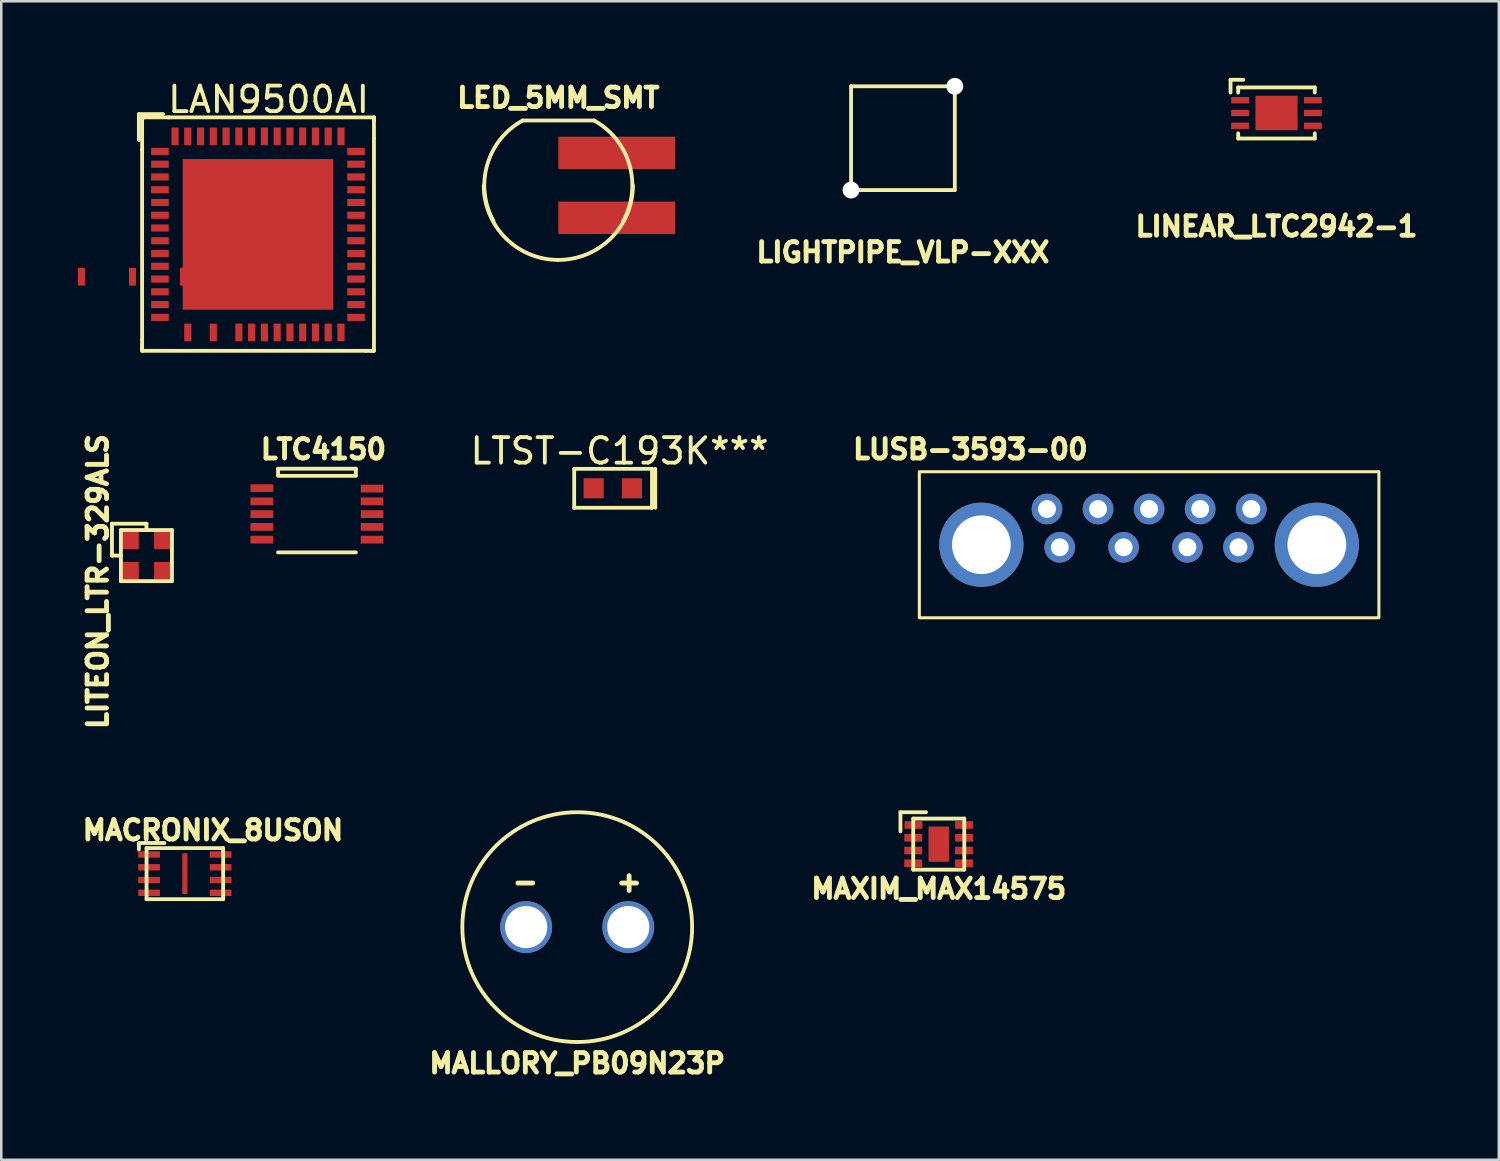
<source format=kicad_pcb>
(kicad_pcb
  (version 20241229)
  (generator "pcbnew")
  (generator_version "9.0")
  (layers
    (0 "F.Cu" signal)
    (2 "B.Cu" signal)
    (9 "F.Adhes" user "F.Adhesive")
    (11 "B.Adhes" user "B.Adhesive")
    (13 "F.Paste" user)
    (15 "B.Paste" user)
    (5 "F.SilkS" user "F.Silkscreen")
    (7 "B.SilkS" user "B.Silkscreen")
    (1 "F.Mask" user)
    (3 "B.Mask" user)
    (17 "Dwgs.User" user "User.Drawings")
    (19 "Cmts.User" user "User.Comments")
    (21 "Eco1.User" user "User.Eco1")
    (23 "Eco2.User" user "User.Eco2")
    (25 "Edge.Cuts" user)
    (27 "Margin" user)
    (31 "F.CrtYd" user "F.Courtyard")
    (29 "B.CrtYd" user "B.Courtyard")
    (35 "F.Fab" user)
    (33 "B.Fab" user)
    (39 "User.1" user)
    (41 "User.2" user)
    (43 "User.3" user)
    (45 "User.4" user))
  (footprint "MAXIM_MAX14575"
    (layer "F.Cu")
    (at 33.718 30.012)
    (property "Reference" "MAXIM_MAX14575" (at 0 1.75 0) (layer "F.SilkS") (effects (font (size 0.762 0.762) (thickness 0.191))))
    (attr through_hole)
    (fp_line (start -1.5 -1.25) (end -1.5 -0.5) (stroke (width 0.15) (type solid)) (layer "F.SilkS"))
    (fp_line (start -1 -1) (end -1 1) (stroke (width 0.15) (type solid)) (layer "F.SilkS"))
    (fp_line (start -1 1) (end 1 1) (stroke (width 0.15) (type solid)) (layer "F.SilkS"))
    (fp_line (start -0.5 -1.25) (end -1.5 -1.25) (stroke (width 0.15) (type solid)) (layer "F.SilkS"))
    (fp_line (start 1 -1) (end -1 -1) (stroke (width 0.15) (type solid)) (layer "F.SilkS"))
    (fp_line (start 1 1) (end 1 -1) (stroke (width 0.15) (type solid)) (layer "F.SilkS"))
    (pad "1" smd rect (at -0.99 -0.75) (size 0.7 0.3) (layers "F.Cu" "F.Mask" "F.Paste"))
    (pad "2" smd rect (at -1 -0.25) (size 0.7 0.3) (layers "F.Cu" "F.Mask" "F.Paste"))
    (pad "3" smd rect (at -1 0.25) (size 0.7 0.3) (layers "F.Cu" "F.Mask" "F.Paste"))
    (pad "4" smd rect (at -1 0.75) (size 0.7 0.3) (layers "F.Cu" "F.Mask" "F.Paste"))
    (pad "5" smd rect (at 0.99 0.75) (size 0.7 0.3) (layers "F.Cu" "F.Mask" "F.Paste"))
    (pad "6" smd rect (at 0.99 0.25) (size 0.7 0.3) (layers "F.Cu" "F.Mask" "F.Paste"))
    (pad "7" smd rect (at 0.99 -0.25) (size 0.7 0.3) (layers "F.Cu" "F.Mask" "F.Paste"))
    (pad "8" smd rect (at 0.99 -0.75) (size 0.7 0.3) (layers "F.Cu" "F.Mask" "F.Paste"))
    (pad "PAD" smd rect (at 0 0) (size 0.8 1.38) (layers "F.Cu" "F.Mask" "F.Paste")))
  (footprint "MALLORY_PB09N23P"
    (layer "F.Cu")
    (at 19.558 33.262)
    (property "Reference" "MALLORY_PB09N23P" (at 0 5.334 0) (layer "F.SilkS") (effects (font (size 0.762 0.762) (thickness 0.191))))
    (attr through_hole)
    (fp_circle (center 0 0) (end 4.5 0) (stroke (width 0.15) (type solid)) (fill no) (layer "F.SilkS"))
    (fp_text user "-" (at -2.032 -1.778 0) (layer "F.SilkS") (effects (font (size 0.762 0.762) (thickness 0.191))))
    (fp_text user "+" (at 2.032 -1.778 0) (layer "F.SilkS") (effects (font (size 0.762 0.762) (thickness 0.191))))
    (pad "1" thru_hole circle (at -2 0) (size 2.032 2.032) (drill 1.651) (layers "*.Cu" "*.Mask"))
    (pad "2" thru_hole circle (at 2 0) (size 2.032 2.032) (drill 1.651) (layers "*.Cu" "*.Mask")))
  (footprint "LTST-C193K***"
    (layer "F.Cu")
    (at 20.201 16.075)
    (property "Reference" "LTST-C193K***" (at 1.016 -1.46 0) (layer "F.SilkS") (effects (font (size 1 1) (thickness 0.15))))
    (attr through_hole)
    (fp_line (start -0.762 -0.762) (end -0.762 0.762) (stroke (width 0.15) (type solid)) (layer "F.SilkS"))
    (fp_line (start -0.762 0.762) (end 2.286 0.762) (stroke (width 0.15) (type solid)) (layer "F.SilkS"))
    (fp_line (start 2.286 -0.762) (end -0.762 -0.762) (stroke (width 0.15) (type solid)) (layer "F.SilkS"))
    (fp_line (start 2.286 0.762) (end 2.286 -0.762) (stroke (width 0.15) (type solid)) (layer "F.SilkS"))
    (fp_line (start 2.413 -0.762) (end 2.413 0.762) (stroke (width 0.15) (type solid)) (layer "F.SilkS"))
    (pad "1" smd rect (at 0 0) (size 0.787 0.787) (layers "F.Cu" "F.Mask" "F.Paste"))
    (pad "2" smd rect (at 1.499 0) (size 0.787 0.787) (layers "F.Cu" "F.Mask" "F.Paste")))
  (footprint "LED_5MM_SMT"
    (layer "F.Cu")
    (at 18.818 4.209)
    (property "Reference" "LED_5MM_SMT" (at 0 -3.429 0) (layer "F.SilkS") (effects (font (size 0.762 0.762) (thickness 0.191))))
    (attr through_hole)
    (fp_line (start 1.397 -2.54) (end -1.397 -2.54) (stroke (width 0.15) (type solid)) (layer "F.SilkS"))
    (fp_arc (start -2.54 1.397) (mid -2.783879 -0.808223) (end -1.397 -2.54) (stroke (width 0.15) (type solid)) (layer "F.SilkS"))
    (fp_arc (start 0 2.921) (mid -2.065459 2.065459) (end -2.921 0) (stroke (width 0.15) (type solid)) (layer "F.SilkS"))
    (fp_arc (start 1.397 -2.54) (mid 2.783879 -0.808223) (end 2.54 1.397) (stroke (width 0.15) (type solid)) (layer "F.SilkS"))
    (fp_arc (start 2.921 0) (mid 2.065459 2.065459) (end 0 2.921) (stroke (width 0.15) (type solid)) (layer "F.SilkS"))
    (pad "1" smd rect (at 2.286 1.27) (size 4.572 1.27) (layers "F.Cu" "F.Mask" "F.Paste"))
    (pad "2" smd rect (at 2.286 -1.27) (size 4.572 1.27) (layers "F.Cu" "F.Mask" "F.Paste")))
  (footprint "MACRONIX_8USON"
    (layer "F.Cu")
    (at 4.19 31.168)
    (property "Reference" "MACRONIX_8USON" (at 1.1 -1.7 0) (layer "F.SilkS") (effects (font (size 0.762 0.762) (thickness 0.191))))
    (attr through_hole)
    (fp_line (start -1.8 -1.2) (end -0.8 -1.2) (stroke (width 0.15) (type solid)) (layer "F.SilkS"))
    (fp_line (start -1.8 -0.95) (end -1.8 -1.2) (stroke (width 0.15) (type solid)) (layer "F.SilkS"))
    (fp_line (start -1.5 -1) (end -1.5 1) (stroke (width 0.15) (type solid)) (layer "F.SilkS"))
    (fp_line (start -1.5 -1) (end 1.5 -1) (stroke (width 0.15) (type solid)) (layer "F.SilkS"))
    (fp_line (start -1.5 1) (end 1.5 1) (stroke (width 0.15) (type solid)) (layer "F.SilkS"))
    (fp_line (start 1.5 -1) (end 1.5 1) (stroke (width 0.15) (type solid)) (layer "F.SilkS"))
    (pad "1" smd rect (at -1.4 -0.75) (size 0.85 0.25) (layers "F.Cu" "F.Mask" "F.Paste"))
    (pad "2" smd rect (at -1.4 -0.25) (size 0.85 0.25) (layers "F.Cu" "F.Mask" "F.Paste"))
    (pad "3" smd rect (at -1.4 0.25) (size 0.85 0.25) (layers "F.Cu" "F.Mask" "F.Paste"))
    (pad "4" smd rect (at -1.4 0.75) (size 0.85 0.25) (layers "F.Cu" "F.Mask" "F.Paste"))
    (pad "5" smd rect (at 1.4 0.75) (size 0.85 0.25) (layers "F.Cu" "F.Mask" "F.Paste"))
    (pad "6" smd rect (at 1.4 0.25) (size 0.85 0.25) (layers "F.Cu" "F.Mask" "F.Paste"))
    (pad "7" smd rect (at 1.4 -0.25) (size 0.85 0.25) (layers "F.Cu" "F.Mask" "F.Paste"))
    (pad "8" smd rect (at 1.4 -0.75) (size 0.85 0.25) (layers "F.Cu" "F.Mask" "F.Paste"))
    (pad "PAD" smd rect (at 0 0) (size 0.2 1.6) (layers "F.Cu" "F.Mask" "F.Paste")))
  (footprint "LTC4150"
    (layer "F.Cu")
    (at 9.364 17.086)
    (property "Reference" "LTC4150" (at 0.254 -2.54 0) (layer "F.SilkS") (effects (font (size 0.762 0.762) (thickness 0.191))))
    (attr through_hole)
    (fp_line (start -1.524 -1.778) (end 1.524 -1.778) (stroke (width 0.15) (type solid)) (layer "F.SilkS"))
    (fp_line (start -1.524 -1.524) (end -1.524 -1.778) (stroke (width 0.15) (type solid)) (layer "F.SilkS"))
    (fp_line (start -1.524 -1.499) (end 1.524 -1.499) (stroke (width 0.15) (type solid)) (layer "F.SilkS"))
    (fp_line (start -1.524 1.499) (end 1.524 1.499) (stroke (width 0.15) (type solid)) (layer "F.SilkS"))
    (fp_line (start 1.524 -1.778) (end 1.524 -1.524) (stroke (width 0.15) (type solid)) (layer "F.SilkS"))
    (pad "1" smd rect (at -2.159 -1.016) (size 0.889 0.305) (layers "F.Cu" "F.Mask" "F.Paste"))
    (pad "2" smd rect (at -2.159 -0.5) (size 0.889 0.305) (layers "F.Cu" "F.Mask" "F.Paste"))
    (pad "3" smd rect (at -2.159 0) (size 0.889 0.305) (layers "F.Cu" "F.Mask" "F.Paste"))
    (pad "4" smd rect (at -2.159 0.5) (size 0.889 0.305) (layers "F.Cu" "F.Mask" "F.Paste"))
    (pad "5" smd rect (at -2.159 1) (size 0.889 0.305) (layers "F.Cu" "F.Mask" "F.Paste"))
    (pad "6" smd rect (at 2.159 1) (size 0.889 0.305) (layers "F.Cu" "F.Mask" "F.Paste"))
    (pad "7" smd rect (at 2.159 0.5) (size 0.889 0.305) (layers "F.Cu" "F.Mask" "F.Paste"))
    (pad "8" smd rect (at 2.159 0) (size 0.889 0.305) (layers "F.Cu" "F.Mask" "F.Paste"))
    (pad "9" smd rect (at 2.159 -0.5) (size 0.889 0.305) (layers "F.Cu" "F.Mask" "F.Paste"))
    (pad "10" smd rect (at 2.159 -1) (size 0.889 0.305) (layers "F.Cu" "F.Mask" "F.Paste")))
  (footprint "LITEON_LTR-329ALS"
    (layer "F.Cu")
    (at 2.685 18.711)
    (property "Reference" "LITEON_LTR-329ALS" (at -1.905 1.016 90) (layer "F.SilkS") (effects (font (size 0.762 0.762) (thickness 0.191))))
    (attr through_hole)
    (fp_line (start -1.35 -1.25) (end -1.35 0) (stroke (width 0.15) (type solid)) (layer "F.SilkS"))
    (fp_line (start -1.35 0) (end -1 0) (stroke (width 0.15) (type solid)) (layer "F.SilkS"))
    (fp_line (start -1 -1) (end -1 1) (stroke (width 0.15) (type solid)) (layer "F.SilkS"))
    (fp_line (start -1 1) (end 1 1) (stroke (width 0.15) (type solid)) (layer "F.SilkS"))
    (fp_line (start 0 -1.25) (end -1.35 -1.25) (stroke (width 0.15) (type solid)) (layer "F.SilkS"))
    (fp_line (start 0 -1) (end 0 -1.25) (stroke (width 0.15) (type solid)) (layer "F.SilkS"))
    (fp_line (start 1 -1) (end -1 -1) (stroke (width 0.15) (type solid)) (layer "F.SilkS"))
    (fp_line (start 1 1) (end 1 -1) (stroke (width 0.15) (type solid)) (layer "F.SilkS"))
    (pad "1" smd rect (at -0.675 -0.6) (size 0.75 0.7) (layers "F.Cu" "F.Mask"))
    (pad "2" smd rect (at -0.675 0.6) (size 0.75 0.7) (layers "F.Cu" "F.Mask"))
    (pad "3" smd rect (at 0.675 0.6) (size 0.75 0.7) (layers "F.Cu" "F.Mask"))
    (pad "4" smd rect (at 0.675 -0.6) (size 0.75 0.7) (layers "F.Cu" "F.Mask")))
  (footprint "LAN9500AI"
    (layer "F.Cu")
    (at 3.215 2.88)
    (property "Reference" "LAN9500AI" (at 4.255 -2.032 0) (layer "F.SilkS") (effects (font (size 1 1) (thickness 0.15))))
    (attr through_hole)
    (fp_line (start -0.826 -1.46) (end 0.127 -1.46) (stroke (width 0.15) (type solid)) (layer "F.SilkS"))
    (fp_line (start -0.826 -0.445) (end -0.826 -1.46) (stroke (width 0.15) (type solid)) (layer "F.SilkS"))
    (fp_line (start -0.699 -1.333) (end -0.699 -0.064) (stroke (width 0.15) (type solid)) (layer "F.SilkS"))
    (fp_line (start -0.699 -0.064) (end -0.699 7.366) (stroke (width 0.15) (type solid)) (layer "F.SilkS"))
    (fp_line (start -0.699 7.366) (end -0.699 7.556) (stroke (width 0.15) (type solid)) (layer "F.SilkS"))
    (fp_line (start -0.699 7.556) (end -0.699 7.62) (stroke (width 0.15) (type solid)) (layer "F.SilkS"))
    (fp_line (start -0.699 7.62) (end -0.699 7.684) (stroke (width 0.15) (type solid)) (layer "F.SilkS"))
    (fp_line (start -0.699 7.684) (end -0.699 7.747) (stroke (width 0.15) (type solid)) (layer "F.SilkS"))
    (fp_line (start -0.699 7.747) (end -0.699 7.811) (stroke (width 0.15) (type solid)) (layer "F.SilkS"))
    (fp_line (start -0.699 7.811) (end 8.065 7.811) (stroke (width 0.15) (type solid)) (layer "F.SilkS"))
    (fp_line (start -0.635 -1.333) (end -0.699 -1.333) (stroke (width 0.15) (type solid)) (layer "F.SilkS"))
    (fp_line (start 0.381 -1.333) (end -0.635 -1.333) (stroke (width 0.15) (type solid)) (layer "F.SilkS"))
    (fp_line (start 8.065 7.811) (end 8.255 7.811) (stroke (width 0.15) (type solid)) (layer "F.SilkS"))
    (fp_line (start 8.255 7.811) (end 8.319 7.811) (stroke (width 0.15) (type solid)) (layer "F.SilkS"))
    (fp_line (start 8.319 7.811) (end 8.382 7.811) (stroke (width 0.15) (type solid)) (layer "F.SilkS"))
    (fp_line (start 8.382 -1.333) (end 0.318 -1.333) (stroke (width 0.15) (type solid)) (layer "F.SilkS"))
    (fp_line (start 8.382 -1.27) (end 8.382 -1.333) (stroke (width 0.15) (type solid)) (layer "F.SilkS"))
    (fp_line (start 8.382 -1.206) (end 8.382 -1.27) (stroke (width 0.15) (type solid)) (layer "F.SilkS"))
    (fp_line (start 8.382 -0.508) (end 8.382 -1.206) (stroke (width 0.15) (type solid)) (layer "F.SilkS"))
    (fp_line (start 8.382 7.811) (end 8.382 -0.508) (stroke (width 0.15) (type solid)) (layer "F.SilkS"))
    (pad "1" smd rect (at 0 0) (size 0.69 0.28) (layers "F.Cu" "F.Mask" "F.Paste"))
    (pad "2" smd rect (at 0 0.5) (size 0.69 0.28) (layers "F.Cu" "F.Mask" "F.Paste"))
    (pad "3" smd rect (at 0 1) (size 0.69 0.28) (layers "F.Cu" "F.Mask" "F.Paste"))
    (pad "4" smd rect (at 0 1.5) (size 0.69 0.28) (layers "F.Cu" "F.Mask" "F.Paste"))
    (pad "5" smd rect (at 0 2) (size 0.69 0.28) (layers "F.Cu" "F.Mask" "F.Paste"))
    (pad "6" smd rect (at 0 2.5) (size 0.69 0.28) (layers "F.Cu" "F.Mask" "F.Paste"))
    (pad "7" smd rect (at 0 3) (size 0.69 0.28) (layers "F.Cu" "F.Mask" "F.Paste"))
    (pad "8" smd rect (at 0 3.5) (size 0.69 0.28) (layers "F.Cu" "F.Mask" "F.Paste"))
    (pad "9" smd rect (at 0 4) (size 0.69 0.28) (layers "F.Cu" "F.Mask" "F.Paste"))
    (pad "10" smd rect (at 0 4.5) (size 0.69 0.28) (layers "F.Cu" "F.Mask" "F.Paste"))
    (pad "11" smd rect (at 0 5) (size 0.69 0.28) (layers "F.Cu" "F.Mask" "F.Paste"))
    (pad "12" smd rect (at 0 5.5) (size 0.69 0.28) (layers "F.Cu" "F.Mask" "F.Paste"))
    (pad "13" smd rect (at 0 6) (size 0.69 0.28) (layers "F.Cu" "F.Mask" "F.Paste"))
    (pad "14" smd rect (at 0 6.5) (size 0.69 0.28) (layers "F.Cu" "F.Mask" "F.Paste"))
    (pad "15" smd rect (at -3.075 4.909) (size 0.28 0.69) (layers "F.Cu" "F.Mask" "F.Paste"))
    (pad "16" smd rect (at 1.09 7.09) (size 0.28 0.69) (layers "F.Cu" "F.Mask" "F.Paste"))
    (pad "17" smd rect (at -1.075 4.909) (size 0.28 0.69) (layers "F.Cu" "F.Mask" "F.Paste"))
    (pad "18" smd rect (at 2.09 7.09) (size 0.28 0.69) (layers "F.Cu" "F.Mask" "F.Paste"))
    (pad "19" smd rect (at 0.925 4.909) (size 0.28 0.69) (layers "F.Cu" "F.Mask" "F.Paste"))
    (pad "20" smd rect (at 3.09 7.09) (size 0.28 0.69) (layers "F.Cu" "F.Mask" "F.Paste"))
    (pad "21" smd rect (at 3.59 7.09) (size 0.28 0.69) (layers "F.Cu" "F.Mask" "F.Paste"))
    (pad "22" smd rect (at 4.09 7.09) (size 0.28 0.69) (layers "F.Cu" "F.Mask" "F.Paste"))
    (pad "23" smd rect (at 4.59 7.09) (size 0.28 0.69) (layers "F.Cu" "F.Mask" "F.Paste"))
    (pad "24" smd rect (at 5.09 7.09) (size 0.28 0.69) (layers "F.Cu" "F.Mask" "F.Paste"))
    (pad "25" smd rect (at 5.59 7.09) (size 0.28 0.69) (layers "F.Cu" "F.Mask" "F.Paste"))
    (pad "26" smd rect (at 6.09 7.09) (size 0.28 0.69) (layers "F.Cu" "F.Mask" "F.Paste"))
    (pad "27" smd rect (at 6.59 7.09) (size 0.28 0.69) (layers "F.Cu" "F.Mask" "F.Paste"))
    (pad "28" smd rect (at 7.09 7.09) (size 0.28 0.69) (layers "F.Cu" "F.Mask" "F.Paste"))
    (pad "29" smd rect (at 7.68 6.5) (size 0.69 0.28) (layers "F.Cu" "F.Mask" "F.Paste"))
    (pad "30" smd rect (at 7.68 6) (size 0.69 0.28) (layers "F.Cu" "F.Mask" "F.Paste"))
    (pad "31" smd rect (at 7.68 5.5) (size 0.69 0.28) (layers "F.Cu" "F.Mask" "F.Paste"))
    (pad "32" smd rect (at 7.68 5) (size 0.69 0.28) (layers "F.Cu" "F.Mask" "F.Paste"))
    (pad "33" smd rect (at 7.68 4.5) (size 0.69 0.28) (layers "F.Cu" "F.Mask" "F.Paste"))
    (pad "34" smd rect (at 7.68 4) (size 0.69 0.28) (layers "F.Cu" "F.Mask" "F.Paste"))
    (pad "35" smd rect (at 7.68 3.5) (size 0.69 0.28) (layers "F.Cu" "F.Mask" "F.Paste"))
    (pad "36" smd rect (at 7.68 3) (size 0.69 0.28) (layers "F.Cu" "F.Mask" "F.Paste"))
    (pad "37" smd rect (at 7.68 2.5) (size 0.69 0.28) (layers "F.Cu" "F.Mask" "F.Paste"))
    (pad "38" smd rect (at 7.68 2) (size 0.69 0.28) (layers "F.Cu" "F.Mask" "F.Paste"))
    (pad "39" smd rect (at 7.68 1.5) (size 0.69 0.28) (layers "F.Cu" "F.Mask" "F.Paste"))
    (pad "40" smd rect (at 7.68 1) (size 0.69 0.28) (layers "F.Cu" "F.Mask" "F.Paste"))
    (pad "41" smd rect (at 7.68 0.5) (size 0.69 0.28) (layers "F.Cu" "F.Mask" "F.Paste"))
    (pad "42" smd rect (at 7.68 0) (size 0.69 0.28) (layers "F.Cu" "F.Mask" "F.Paste"))
    (pad "43" smd rect (at 7.09 -0.59) (size 0.28 0.69) (layers "F.Cu" "F.Mask" "F.Paste"))
    (pad "44" smd rect (at 6.59 -0.59) (size 0.28 0.69) (layers "F.Cu" "F.Mask" "F.Paste"))
    (pad "45" smd rect (at 6.09 -0.59) (size 0.28 0.69) (layers "F.Cu" "F.Mask" "F.Paste"))
    (pad "46" smd rect (at 5.59 -0.59) (size 0.28 0.69) (layers "F.Cu" "F.Mask" "F.Paste"))
    (pad "47" smd rect (at 5.09 -0.59) (size 0.28 0.69) (layers "F.Cu" "F.Mask" "F.Paste"))
    (pad "48" smd rect (at 4.59 -0.59) (size 0.28 0.69) (layers "F.Cu" "F.Mask" "F.Paste"))
    (pad "49" smd rect (at 4.09 -0.59) (size 0.28 0.69) (layers "F.Cu" "F.Mask" "F.Paste"))
    (pad "50" smd rect (at 3.59 -0.59) (size 0.28 0.69) (layers "F.Cu" "F.Mask" "F.Paste"))
    (pad "51" smd rect (at 3.09 -0.59) (size 0.28 0.69) (layers "F.Cu" "F.Mask" "F.Paste"))
    (pad "52" smd rect (at 2.59 -0.59) (size 0.28 0.69) (layers "F.Cu" "F.Mask" "F.Paste"))
    (pad "53" smd rect (at 2.09 -0.59) (size 0.28 0.69) (layers "F.Cu" "F.Mask" "F.Paste"))
    (pad "54" smd rect (at 1.59 -0.59) (size 0.28 0.69) (layers "F.Cu" "F.Mask" "F.Paste"))
    (pad "55" smd rect (at 1.09 -0.59) (size 0.28 0.69) (layers "F.Cu" "F.Mask" "F.Paste"))
    (pad "56" smd rect (at 0.59 -0.59) (size 0.28 0.69) (layers "F.Cu" "F.Mask" "F.Paste"))
    (pad "PAD" smd rect (at 3.84 3.25) (size 5.9 5.9) (layers "F.Cu" "F.Mask" "F.Paste")))
  (footprint "LIGHTPIPE_VLP-XXX"
    (layer "F.Cu")
    (at 32.315 2.362)
    (property "Reference" "LIGHTPIPE_VLP-XXX" (at 0 4.47 0) (layer "F.SilkS") (effects (font (size 0.762 0.762) (thickness 0.191))))
    (attr through_hole)
    (fp_line (start -2.032 -2.032) (end 2.032 -2.032) (stroke (width 0.15) (type solid)) (layer "F.SilkS"))
    (fp_line (start -2.032 2.032) (end -2.032 -2.032) (stroke (width 0.15) (type solid)) (layer "F.SilkS"))
    (fp_line (start 2.032 -2.032) (end 2.032 2.032) (stroke (width 0.15) (type solid)) (layer "F.SilkS"))
    (fp_line (start 2.032 2.032) (end -2.032 2.032) (stroke (width 0.15) (type solid)) (layer "F.SilkS"))
    (pad "" np_thru_hole circle (at -2.032 2.032) (size 0.66 0.66) (drill 0.66) (layers "*.Cu" "*.Mask"))
    (pad "" np_thru_hole circle (at 2.032 -2.032) (size 0.66 0.66) (drill 0.66) (layers "*.Cu" "*.Mask")))
  (footprint "LINEAR_LTC2942-1"
    (layer "F.Cu")
    (at 46.946 1.375)
    (property "Reference" "LINEAR_LTC2942-1" (at 0 4.445 0) (layer "F.SilkS") (effects (font (size 0.762 0.762) (thickness 0.191))))
    (attr through_hole)
    (fp_line (start -1.8 -1.3) (end -1.3 -1.3) (stroke (width 0.15) (type solid)) (layer "F.SilkS"))
    (fp_line (start -1.8 -0.8) (end -1.8 -1.3) (stroke (width 0.15) (type solid)) (layer "F.SilkS"))
    (fp_line (start -1.5 -1) (end -1.5 -0.8) (stroke (width 0.15) (type solid)) (layer "F.SilkS"))
    (fp_line (start -1.5 -1) (end 1.5 -1) (stroke (width 0.15) (type solid)) (layer "F.SilkS"))
    (fp_line (start -1.5 1) (end -1.5 0.8) (stroke (width 0.15) (type solid)) (layer "F.SilkS"))
    (fp_line (start -1.5 1) (end 1.5 1) (stroke (width 0.15) (type solid)) (layer "F.SilkS"))
    (fp_line (start 1.5 -1) (end 1.5 -0.8) (stroke (width 0.15) (type solid)) (layer "F.SilkS"))
    (fp_line (start 1.5 1) (end 1.5 0.8) (stroke (width 0.15) (type solid)) (layer "F.SilkS"))
    (pad "1" smd rect (at -1.425 -0.5) (size 0.7 0.25) (layers "F.Cu" "F.Mask" "F.Paste"))
    (pad "2" smd rect (at -1.425 0) (size 0.7 0.25) (layers "F.Cu" "F.Mask" "F.Paste"))
    (pad "3" smd rect (at -1.425 0.5) (size 0.7 0.25) (layers "F.Cu" "F.Mask" "F.Paste"))
    (pad "4" smd rect (at 1.425 0.5) (size 0.7 0.25) (layers "F.Cu" "F.Mask" "F.Paste"))
    (pad "5" smd rect (at 1.425 0) (size 0.7 0.25) (layers "F.Cu" "F.Mask" "F.Paste"))
    (pad "6" smd rect (at 1.425 -0.5) (size 0.7 0.25) (layers "F.Cu" "F.Mask" "F.Paste"))
    (pad "PAD" smd rect (at 0 0) (size 1.65 1.35) (layers "F.Cu" "F.Mask" "F.Paste")))
  (footprint "LUSB-3593-00"
    (layer "F.Cu")
    (at 41.957 16.886)
    (property "Reference" "LUSB-3593-00" (at -7 -2.34 0) (unlocked yes) (layer "F.SilkS") (effects (font (size 0.762 0.762) (thickness 0.191))))
    (attr through_hole)
    (fp_rect (start -9 -1.46) (end 9 4.26) (stroke (width 0.12) (type solid)) (fill no) (layer "F.SilkS"))
    (pad "1" thru_hole circle (at -3.5 1.5) (size 1.2 1.2) (drill 0.7) (layers "*.Cu" "*.Mask"))
    (pad "2" thru_hole circle (at -1 1.5) (size 1.2 1.2) (drill 0.7) (layers "*.Cu" "*.Mask"))
    (pad "3" thru_hole circle (at 1.5 1.5) (size 1.2 1.2) (drill 0.7) (layers "*.Cu" "*.Mask"))
    (pad "4" thru_hole circle (at 3.5 1.5) (size 1.2 1.2) (drill 0.7) (layers "*.Cu" "*.Mask"))
    (pad "5" thru_hole circle (at 4 0) (size 1.2 1.2) (drill 0.7) (layers "*.Cu" "*.Mask"))
    (pad "6" thru_hole circle (at 2 0) (size 1.2 1.2) (drill 0.7) (layers "*.Cu" "*.Mask"))
    (pad "7" thru_hole circle (at 0 0) (size 1.2 1.2) (drill 0.7) (layers "*.Cu" "*.Mask"))
    (pad "8" thru_hole circle (at -2 0) (size 1.2 1.2) (drill 0.7) (layers "*.Cu" "*.Mask"))
    (pad "9" thru_hole circle (at -4 0) (size 1.2 1.2) (drill 0.7) (layers "*.Cu" "*.Mask"))
    (pad "SHELL1" thru_hole circle (at -6.57 1.4) (size 3.3 3.3) (drill 2.3) (layers "*.Cu" "*.Mask"))
    (pad "SHELL2" thru_hole circle (at 6.57 1.4) (size 3.3 3.3) (drill 2.3) (layers "*.Cu" "*.Mask")))
  (gr_rect
    (start -3 -3)
    (end 55.653 42.377)
    (stroke (width 0.1) (type default))
    (fill no)
    (layer "Edge.Cuts")))
</source>
